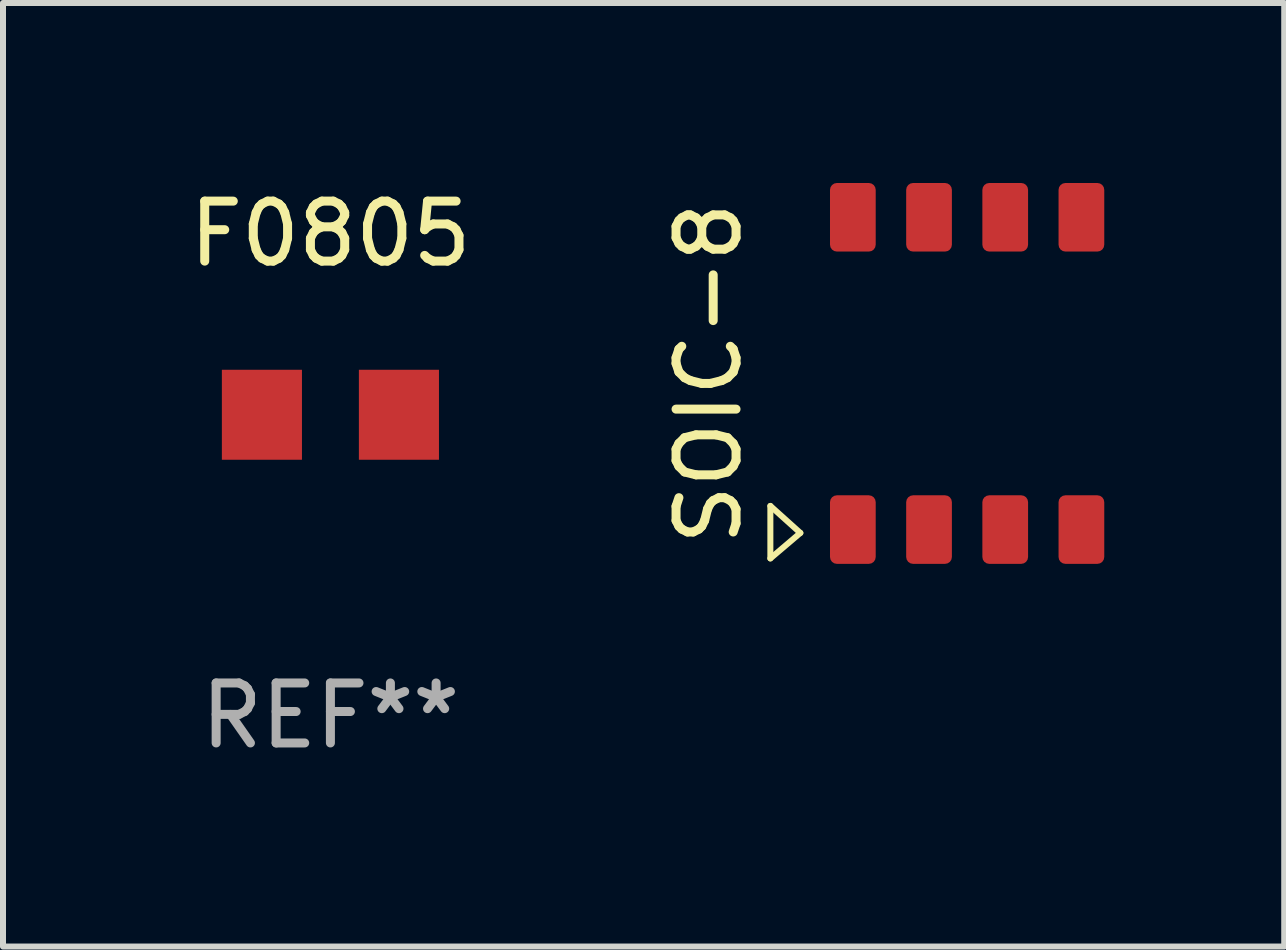
<source format=kicad_pcb>
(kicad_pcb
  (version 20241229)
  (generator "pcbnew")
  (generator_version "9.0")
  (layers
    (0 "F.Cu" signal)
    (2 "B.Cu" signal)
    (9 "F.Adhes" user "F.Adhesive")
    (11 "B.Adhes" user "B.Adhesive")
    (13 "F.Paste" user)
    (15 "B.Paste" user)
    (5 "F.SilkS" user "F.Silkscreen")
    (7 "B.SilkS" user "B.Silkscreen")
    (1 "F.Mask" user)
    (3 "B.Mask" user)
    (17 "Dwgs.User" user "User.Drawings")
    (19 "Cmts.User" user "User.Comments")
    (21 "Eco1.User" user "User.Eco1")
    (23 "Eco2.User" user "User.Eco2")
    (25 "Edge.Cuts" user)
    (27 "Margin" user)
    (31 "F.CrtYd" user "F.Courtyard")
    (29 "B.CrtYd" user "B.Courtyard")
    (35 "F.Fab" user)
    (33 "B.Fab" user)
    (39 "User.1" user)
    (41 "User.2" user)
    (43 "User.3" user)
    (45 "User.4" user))
  (footprint "F0805"
    (layer "F.Cu")
    (at 2.458 3.864)
    (property "Reference" "F0805" (at 0 -3.016 0) (layer "F.SilkS") (effects (font (size 1 1) (thickness 0.15))))
    (attr smd)
    (fp_text user "REF**" (at 0 5.016 0) (layer "F.Fab") (effects (font (size 1 1) (thickness 0.15))))
    (pad "1" smd rect (at -1.142 0) (size 1.335 1.5) (layers "F.Cu" "F.Mask" "F.Paste"))
    (pad "2" smd rect (at 1.142 0) (size 1.335 1.5) (layers "F.Cu" "F.Mask" "F.Paste")))
  (footprint "SOIC-8"
    (layer "F.Cu")
    (at 12.55 3.175)
    (property "Reference" "SOIC-8" (at -3.785 0 90) (layer "F.SilkS") (effects (font (size 1 1) (thickness 0.15))))
    (attr smd)
    (fp_line (start -2.758 2.209) (end -2.758 3.084) (stroke (width 0.1) (type default)) (layer "F.SilkS"))
    (fp_line (start -2.758 3.084) (end -2.258 2.659) (stroke (width 0.1) (type default)) (layer "F.SilkS"))
    (fp_line (start -2.258 2.659) (end -2.758 2.209) (stroke (width 0.1) (type default)) (layer "F.SilkS"))
    (pad "1" smd roundrect (at -1.383 2.603 90) (size 1.143 0.762) (layers "F.Cu" "F.Mask" "F.Paste") (roundrect_rratio 0.15))
    (pad "2" smd roundrect (at -0.113 2.603 90) (size 1.143 0.762) (layers "F.Cu" "F.Mask" "F.Paste") (roundrect_rratio 0.15))
    (pad "3" smd roundrect (at 1.157 2.603 90) (size 1.143 0.762) (layers "F.Cu" "F.Mask" "F.Paste") (roundrect_rratio 0.15))
    (pad "4" smd roundrect (at 2.427 2.603 90) (size 1.143 0.762) (layers "F.Cu" "F.Mask" "F.Paste") (roundrect_rratio 0.15))
    (pad "5" smd roundrect (at 2.427 -2.603 90) (size 1.143 0.762) (layers "F.Cu" "F.Mask" "F.Paste") (roundrect_rratio 0.15))
    (pad "6" smd roundrect (at 1.157 -2.603 90) (size 1.143 0.762) (layers "F.Cu" "F.Mask" "F.Paste") (roundrect_rratio 0.15))
    (pad "7" smd roundrect (at -0.113 -2.603 90) (size 1.143 0.762) (layers "F.Cu" "F.Mask" "F.Paste") (roundrect_rratio 0.15))
    (pad "8" smd roundrect (at -1.383 -2.603 90) (size 1.143 0.762) (layers "F.Cu" "F.Mask" "F.Paste") (roundrect_rratio 0.15)))
  (gr_rect
    (start -3 -3)
    (end 18.358 12.729)
    (stroke (width 0.1) (type default))
    (fill no)
    (layer "Edge.Cuts")))
</source>
